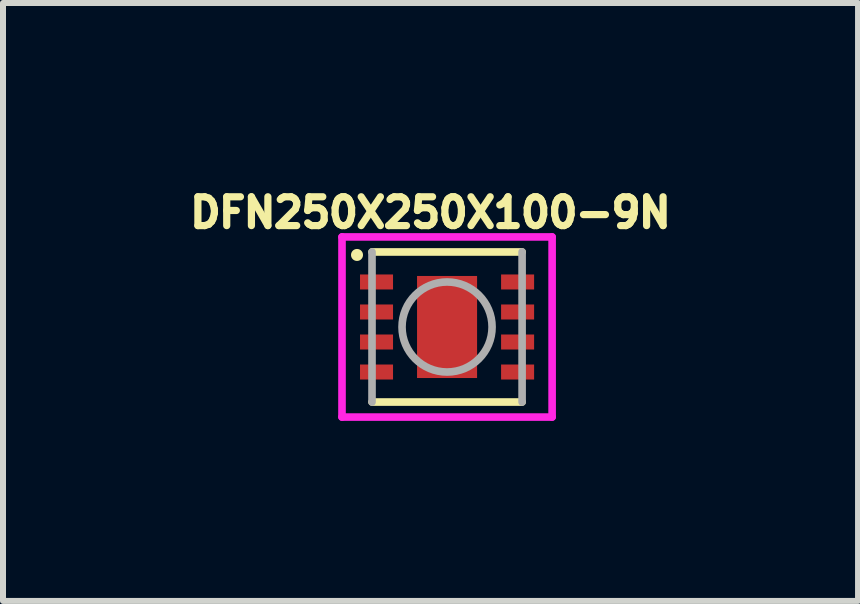
<source format=kicad_pcb>
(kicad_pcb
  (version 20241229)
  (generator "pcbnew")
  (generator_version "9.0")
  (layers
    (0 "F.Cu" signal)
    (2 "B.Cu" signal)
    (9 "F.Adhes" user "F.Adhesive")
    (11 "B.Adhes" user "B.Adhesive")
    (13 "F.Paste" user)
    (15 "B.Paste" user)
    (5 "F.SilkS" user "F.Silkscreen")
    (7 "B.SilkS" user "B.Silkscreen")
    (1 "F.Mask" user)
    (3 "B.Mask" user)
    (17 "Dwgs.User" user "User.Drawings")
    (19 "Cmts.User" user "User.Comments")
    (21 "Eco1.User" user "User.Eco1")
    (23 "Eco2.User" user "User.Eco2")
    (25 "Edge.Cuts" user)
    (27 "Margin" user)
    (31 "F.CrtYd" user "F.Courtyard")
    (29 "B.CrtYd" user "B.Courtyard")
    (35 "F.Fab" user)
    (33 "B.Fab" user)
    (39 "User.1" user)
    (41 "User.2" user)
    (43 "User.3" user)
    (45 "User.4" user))
  (footprint "DFN250X250X100-9N"
    (layer "F.Cu")
    (at 4.397 2.397)
    (property "Reference" "DFN250X250X100-9N" (at -0.276 -1.905 0) (layer "F.SilkS") (effects (font (size 0.48 0.48) (thickness 0.15))))
    (attr smd)
    (fp_line (start -1.25 1.25) (end 1.25 1.25) (stroke (width 0.127) (type solid)) (layer "F.SilkS"))
    (fp_line (start 1.25 -1.25) (end -1.25 -1.25) (stroke (width 0.127) (type solid)) (layer "F.SilkS"))
    (fp_circle (center -1.5 -1.2) (end -1.4 -1.2) (stroke (width 0) (type solid)) (fill yes) (layer "F.SilkS"))
    (fp_poly (pts (xy -0.451 -0.8) (xy 0.45 -0.8) (xy 0.45 0.802) (xy -0.451 0.802)) (stroke (width 0.01) (type solid)) (fill yes) (layer "F.Paste"))
    (fp_line (start -1.75 -1.5) (end -1.75 1.5) (stroke (width 0.127) (type solid)) (layer "F.CrtYd"))
    (fp_line (start -1.75 1.5) (end 1.75 1.5) (stroke (width 0.127) (type solid)) (layer "F.CrtYd"))
    (fp_line (start 1.75 -1.5) (end -1.75 -1.5) (stroke (width 0.127) (type solid)) (layer "F.CrtYd"))
    (fp_line (start 1.75 1.5) (end 1.75 -1.5) (stroke (width 0.127) (type solid)) (layer "F.CrtYd"))
    (fp_line (start -1.25 -1.25) (end -1.25 1.25) (stroke (width 0.127) (type solid)) (layer "F.Fab"))
    (fp_line (start 1.25 1.25) (end 1.25 -1.25) (stroke (width 0.127) (type solid)) (layer "F.Fab"))
    (fp_circle (center 0 0) (end 0.75 0) (stroke (width 0.127) (type solid)) (fill no) (layer "F.Fab"))
    (pad "1" smd rect (at -1.175 -0.75) (size 0.55 0.25) (layers "F.Cu" "F.Mask" "F.Paste"))
    (pad "2" smd rect (at -1.175 -0.25) (size 0.55 0.25) (layers "F.Cu" "F.Mask" "F.Paste"))
    (pad "3" smd rect (at -1.175 0.25) (size 0.55 0.25) (layers "F.Cu" "F.Mask" "F.Paste"))
    (pad "4" smd rect (at -1.175 0.75) (size 0.55 0.25) (layers "F.Cu" "F.Mask" "F.Paste"))
    (pad "5" smd rect (at 1.175 0.75) (size 0.55 0.25) (layers "F.Cu" "F.Mask" "F.Paste"))
    (pad "6" smd rect (at 1.175 0.25) (size 0.55 0.25) (layers "F.Cu" "F.Mask" "F.Paste"))
    (pad "7" smd rect (at 1.175 -0.25) (size 0.55 0.25) (layers "F.Cu" "F.Mask" "F.Paste"))
    (pad "8" smd rect (at 1.175 -0.75) (size 0.55 0.25) (layers "F.Cu" "F.Mask" "F.Paste"))
    (pad "9" smd rect (at 0 0) (size 1 1.7) (layers "F.Cu" "F.Mask")))
  (gr_rect
    (start -3 -3)
    (end 11.243 6.96)
    (stroke (width 0.1) (type default))
    (fill no)
    (layer "Edge.Cuts")))
</source>
